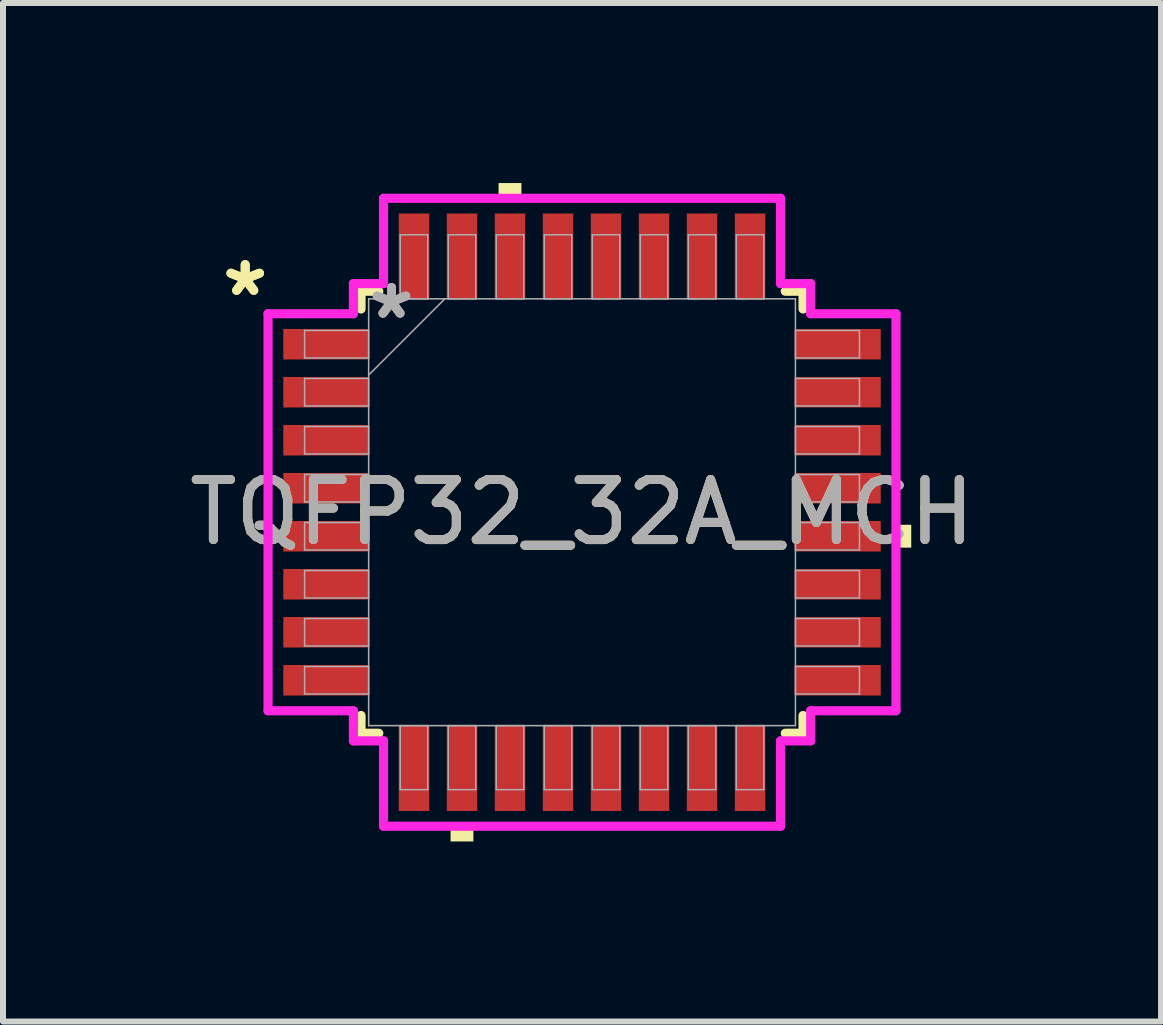
<source format=kicad_pcb>
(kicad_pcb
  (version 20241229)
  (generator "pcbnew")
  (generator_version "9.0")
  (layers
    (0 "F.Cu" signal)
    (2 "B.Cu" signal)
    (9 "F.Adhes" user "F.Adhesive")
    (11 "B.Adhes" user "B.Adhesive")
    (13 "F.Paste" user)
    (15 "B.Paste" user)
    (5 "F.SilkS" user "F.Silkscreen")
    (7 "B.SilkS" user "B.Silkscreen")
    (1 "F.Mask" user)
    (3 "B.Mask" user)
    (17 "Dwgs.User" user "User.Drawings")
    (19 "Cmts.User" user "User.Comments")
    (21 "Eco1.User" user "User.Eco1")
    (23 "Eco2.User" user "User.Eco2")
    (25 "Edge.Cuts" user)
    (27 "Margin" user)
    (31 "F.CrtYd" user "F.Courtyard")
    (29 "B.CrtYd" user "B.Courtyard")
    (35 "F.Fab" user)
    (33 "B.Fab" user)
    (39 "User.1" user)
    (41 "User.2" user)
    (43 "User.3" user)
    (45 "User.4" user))
  (footprint "TQFP32_32A_MCH"
    (layer "F.Cu")
    (at 6.649 5.486)
    (property "Reference" "TQFP32_32A_MCH" (at 0 0 0) (unlocked yes) (layer "F.SilkS") (effects (font (size 1 1) (thickness 0.15))))
    (attr smd)
    (fp_line (start -3.683 -3.683) (end -3.683 -3.387) (stroke (width 0.152) (type solid)) (layer "F.SilkS"))
    (fp_line (start -3.683 3.387) (end -3.683 3.683) (stroke (width 0.152) (type solid)) (layer "F.SilkS"))
    (fp_line (start -3.683 3.683) (end -3.387 3.683) (stroke (width 0.152) (type solid)) (layer "F.SilkS"))
    (fp_line (start -3.387 -3.683) (end -3.683 -3.683) (stroke (width 0.152) (type solid)) (layer "F.SilkS"))
    (fp_line (start 3.387 3.683) (end 3.683 3.683) (stroke (width 0.152) (type solid)) (layer "F.SilkS"))
    (fp_line (start 3.683 -3.683) (end 3.387 -3.683) (stroke (width 0.152) (type solid)) (layer "F.SilkS"))
    (fp_line (start 3.683 -3.387) (end 3.683 -3.683) (stroke (width 0.152) (type solid)) (layer "F.SilkS"))
    (fp_line (start 3.683 3.683) (end 3.683 3.387) (stroke (width 0.152) (type solid)) (layer "F.SilkS"))
    (fp_poly (pts (xy -2.191 5.232) (xy -2.191 5.486) (xy -1.81 5.486) (xy -1.81 5.232)) (stroke (width 0) (type solid)) (fill yes) (layer "F.SilkS"))
    (fp_poly (pts (xy -1.391 -5.232) (xy -1.391 -5.486) (xy -1.01 -5.486) (xy -1.01 -5.232)) (stroke (width 0) (type solid)) (fill yes) (layer "F.SilkS"))
    (fp_poly (pts (xy 5.486 0.209) (xy 5.486 0.59) (xy 5.232 0.59) (xy 5.232 0.209)) (stroke (width 0) (type solid)) (fill yes) (layer "F.SilkS"))
    (fp_line (start -5.232 -3.308) (end -3.81 -3.308) (stroke (width 0.152) (type solid)) (layer "F.CrtYd"))
    (fp_line (start -5.232 3.308) (end -5.232 -3.308) (stroke (width 0.152) (type solid)) (layer "F.CrtYd"))
    (fp_line (start -3.81 -3.81) (end -3.308 -3.81) (stroke (width 0.152) (type solid)) (layer "F.CrtYd"))
    (fp_line (start -3.81 -3.308) (end -3.81 -3.81) (stroke (width 0.152) (type solid)) (layer "F.CrtYd"))
    (fp_line (start -3.81 3.308) (end -5.232 3.308) (stroke (width 0.152) (type solid)) (layer "F.CrtYd"))
    (fp_line (start -3.81 3.81) (end -3.81 3.308) (stroke (width 0.152) (type solid)) (layer "F.CrtYd"))
    (fp_line (start -3.81 3.81) (end -3.308 3.81) (stroke (width 0.152) (type solid)) (layer "F.CrtYd"))
    (fp_line (start -3.308 -5.232) (end 3.308 -5.232) (stroke (width 0.152) (type solid)) (layer "F.CrtYd"))
    (fp_line (start -3.308 -3.81) (end -3.308 -5.232) (stroke (width 0.152) (type solid)) (layer "F.CrtYd"))
    (fp_line (start -3.308 3.81) (end -3.308 5.232) (stroke (width 0.152) (type solid)) (layer "F.CrtYd"))
    (fp_line (start -3.308 5.232) (end 3.308 5.232) (stroke (width 0.152) (type solid)) (layer "F.CrtYd"))
    (fp_line (start 3.308 -5.232) (end 3.308 -3.81) (stroke (width 0.152) (type solid)) (layer "F.CrtYd"))
    (fp_line (start 3.308 -3.81) (end 3.81 -3.81) (stroke (width 0.152) (type solid)) (layer "F.CrtYd"))
    (fp_line (start 3.308 3.81) (end 3.81 3.81) (stroke (width 0.152) (type solid)) (layer "F.CrtYd"))
    (fp_line (start 3.308 5.232) (end 3.308 3.81) (stroke (width 0.152) (type solid)) (layer "F.CrtYd"))
    (fp_line (start 3.81 -3.308) (end 3.81 -3.81) (stroke (width 0.152) (type solid)) (layer "F.CrtYd"))
    (fp_line (start 3.81 3.308) (end 5.232 3.308) (stroke (width 0.152) (type solid)) (layer "F.CrtYd"))
    (fp_line (start 3.81 3.81) (end 3.81 3.308) (stroke (width 0.152) (type solid)) (layer "F.CrtYd"))
    (fp_line (start 5.232 -3.308) (end 3.81 -3.308) (stroke (width 0.152) (type solid)) (layer "F.CrtYd"))
    (fp_line (start 5.232 3.308) (end 5.232 -3.308) (stroke (width 0.152) (type solid)) (layer "F.CrtYd"))
    (fp_line (start -4.623 -3.029) (end -4.623 -2.571) (stroke (width 0.025) (type solid)) (layer "F.Fab"))
    (fp_line (start -4.623 -2.571) (end -3.556 -2.571) (stroke (width 0.025) (type solid)) (layer "F.Fab"))
    (fp_line (start -4.623 -2.229) (end -4.623 -1.771) (stroke (width 0.025) (type solid)) (layer "F.Fab"))
    (fp_line (start -4.623 -1.771) (end -3.556 -1.771) (stroke (width 0.025) (type solid)) (layer "F.Fab"))
    (fp_line (start -4.623 -1.429) (end -4.623 -0.971) (stroke (width 0.025) (type solid)) (layer "F.Fab"))
    (fp_line (start -4.623 -0.971) (end -3.556 -0.971) (stroke (width 0.025) (type solid)) (layer "F.Fab"))
    (fp_line (start -4.623 -0.629) (end -4.623 -0.171) (stroke (width 0.025) (type solid)) (layer "F.Fab"))
    (fp_line (start -4.623 -0.171) (end -3.556 -0.171) (stroke (width 0.025) (type solid)) (layer "F.Fab"))
    (fp_line (start -4.623 0.171) (end -4.623 0.629) (stroke (width 0.025) (type solid)) (layer "F.Fab"))
    (fp_line (start -4.623 0.629) (end -3.556 0.629) (stroke (width 0.025) (type solid)) (layer "F.Fab"))
    (fp_line (start -4.623 0.971) (end -4.623 1.429) (stroke (width 0.025) (type solid)) (layer "F.Fab"))
    (fp_line (start -4.623 1.429) (end -3.556 1.429) (stroke (width 0.025) (type solid)) (layer "F.Fab"))
    (fp_line (start -4.623 1.771) (end -4.623 2.229) (stroke (width 0.025) (type solid)) (layer "F.Fab"))
    (fp_line (start -4.623 2.229) (end -3.556 2.229) (stroke (width 0.025) (type solid)) (layer "F.Fab"))
    (fp_line (start -4.623 2.571) (end -4.623 3.029) (stroke (width 0.025) (type solid)) (layer "F.Fab"))
    (fp_line (start -4.623 3.029) (end -3.556 3.029) (stroke (width 0.025) (type solid)) (layer "F.Fab"))
    (fp_line (start -3.556 -3.556) (end -3.556 3.556) (stroke (width 0.025) (type solid)) (layer "F.Fab"))
    (fp_line (start -3.556 -3.029) (end -4.623 -3.029) (stroke (width 0.025) (type solid)) (layer "F.Fab"))
    (fp_line (start -3.556 -2.571) (end -3.556 -3.029) (stroke (width 0.025) (type solid)) (layer "F.Fab"))
    (fp_line (start -3.556 -2.286) (end -2.286 -3.556) (stroke (width 0.025) (type solid)) (layer "F.Fab"))
    (fp_line (start -3.556 -2.229) (end -4.623 -2.229) (stroke (width 0.025) (type solid)) (layer "F.Fab"))
    (fp_line (start -3.556 -1.771) (end -3.556 -2.229) (stroke (width 0.025) (type solid)) (layer "F.Fab"))
    (fp_line (start -3.556 -1.429) (end -4.623 -1.429) (stroke (width 0.025) (type solid)) (layer "F.Fab"))
    (fp_line (start -3.556 -0.971) (end -3.556 -1.429) (stroke (width 0.025) (type solid)) (layer "F.Fab"))
    (fp_line (start -3.556 -0.629) (end -4.623 -0.629) (stroke (width 0.025) (type solid)) (layer "F.Fab"))
    (fp_line (start -3.556 -0.171) (end -3.556 -0.629) (stroke (width 0.025) (type solid)) (layer "F.Fab"))
    (fp_line (start -3.556 0.171) (end -4.623 0.171) (stroke (width 0.025) (type solid)) (layer "F.Fab"))
    (fp_line (start -3.556 0.629) (end -3.556 0.171) (stroke (width 0.025) (type solid)) (layer "F.Fab"))
    (fp_line (start -3.556 0.971) (end -4.623 0.971) (stroke (width 0.025) (type solid)) (layer "F.Fab"))
    (fp_line (start -3.556 1.429) (end -3.556 0.971) (stroke (width 0.025) (type solid)) (layer "F.Fab"))
    (fp_line (start -3.556 1.771) (end -4.623 1.771) (stroke (width 0.025) (type solid)) (layer "F.Fab"))
    (fp_line (start -3.556 2.229) (end -3.556 1.771) (stroke (width 0.025) (type solid)) (layer "F.Fab"))
    (fp_line (start -3.556 2.571) (end -4.623 2.571) (stroke (width 0.025) (type solid)) (layer "F.Fab"))
    (fp_line (start -3.556 3.029) (end -3.556 2.571) (stroke (width 0.025) (type solid)) (layer "F.Fab"))
    (fp_line (start -3.556 3.556) (end 3.556 3.556) (stroke (width 0.025) (type solid)) (layer "F.Fab"))
    (fp_line (start -3.029 -4.623) (end -3.029 -3.556) (stroke (width 0.025) (type solid)) (layer "F.Fab"))
    (fp_line (start -3.029 -3.556) (end -2.571 -3.556) (stroke (width 0.025) (type solid)) (layer "F.Fab"))
    (fp_line (start -3.029 3.556) (end -3.029 4.623) (stroke (width 0.025) (type solid)) (layer "F.Fab"))
    (fp_line (start -3.029 4.623) (end -2.571 4.623) (stroke (width 0.025) (type solid)) (layer "F.Fab"))
    (fp_line (start -2.571 -4.623) (end -3.029 -4.623) (stroke (width 0.025) (type solid)) (layer "F.Fab"))
    (fp_line (start -2.571 -3.556) (end -2.571 -4.623) (stroke (width 0.025) (type solid)) (layer "F.Fab"))
    (fp_line (start -2.571 3.556) (end -3.029 3.556) (stroke (width 0.025) (type solid)) (layer "F.Fab"))
    (fp_line (start -2.571 4.623) (end -2.571 3.556) (stroke (width 0.025) (type solid)) (layer "F.Fab"))
    (fp_line (start -2.229 -4.623) (end -2.229 -3.556) (stroke (width 0.025) (type solid)) (layer "F.Fab"))
    (fp_line (start -2.229 -3.556) (end -1.771 -3.556) (stroke (width 0.025) (type solid)) (layer "F.Fab"))
    (fp_line (start -2.229 3.556) (end -2.229 4.623) (stroke (width 0.025) (type solid)) (layer "F.Fab"))
    (fp_line (start -2.229 4.623) (end -1.771 4.623) (stroke (width 0.025) (type solid)) (layer "F.Fab"))
    (fp_line (start -1.771 -4.623) (end -2.229 -4.623) (stroke (width 0.025) (type solid)) (layer "F.Fab"))
    (fp_line (start -1.771 -3.556) (end -1.771 -4.623) (stroke (width 0.025) (type solid)) (layer "F.Fab"))
    (fp_line (start -1.771 3.556) (end -2.229 3.556) (stroke (width 0.025) (type solid)) (layer "F.Fab"))
    (fp_line (start -1.771 4.623) (end -1.771 3.556) (stroke (width 0.025) (type solid)) (layer "F.Fab"))
    (fp_line (start -1.429 -4.623) (end -1.429 -3.556) (stroke (width 0.025) (type solid)) (layer "F.Fab"))
    (fp_line (start -1.429 -3.556) (end -0.971 -3.556) (stroke (width 0.025) (type solid)) (layer "F.Fab"))
    (fp_line (start -1.429 3.556) (end -1.429 4.623) (stroke (width 0.025) (type solid)) (layer "F.Fab"))
    (fp_line (start -1.429 4.623) (end -0.971 4.623) (stroke (width 0.025) (type solid)) (layer "F.Fab"))
    (fp_line (start -0.971 -4.623) (end -1.429 -4.623) (stroke (width 0.025) (type solid)) (layer "F.Fab"))
    (fp_line (start -0.971 -3.556) (end -0.971 -4.623) (stroke (width 0.025) (type solid)) (layer "F.Fab"))
    (fp_line (start -0.971 3.556) (end -1.429 3.556) (stroke (width 0.025) (type solid)) (layer "F.Fab"))
    (fp_line (start -0.971 4.623) (end -0.971 3.556) (stroke (width 0.025) (type solid)) (layer "F.Fab"))
    (fp_line (start -0.629 -4.623) (end -0.629 -3.556) (stroke (width 0.025) (type solid)) (layer "F.Fab"))
    (fp_line (start -0.629 -3.556) (end -0.171 -3.556) (stroke (width 0.025) (type solid)) (layer "F.Fab"))
    (fp_line (start -0.629 3.556) (end -0.629 4.623) (stroke (width 0.025) (type solid)) (layer "F.Fab"))
    (fp_line (start -0.629 4.623) (end -0.171 4.623) (stroke (width 0.025) (type solid)) (layer "F.Fab"))
    (fp_line (start -0.171 -4.623) (end -0.629 -4.623) (stroke (width 0.025) (type solid)) (layer "F.Fab"))
    (fp_line (start -0.171 -3.556) (end -0.171 -4.623) (stroke (width 0.025) (type solid)) (layer "F.Fab"))
    (fp_line (start -0.171 3.556) (end -0.629 3.556) (stroke (width 0.025) (type solid)) (layer "F.Fab"))
    (fp_line (start -0.171 4.623) (end -0.171 3.556) (stroke (width 0.025) (type solid)) (layer "F.Fab"))
    (fp_line (start 0.171 -4.623) (end 0.171 -3.556) (stroke (width 0.025) (type solid)) (layer "F.Fab"))
    (fp_line (start 0.171 -3.556) (end 0.629 -3.556) (stroke (width 0.025) (type solid)) (layer "F.Fab"))
    (fp_line (start 0.171 3.556) (end 0.171 4.623) (stroke (width 0.025) (type solid)) (layer "F.Fab"))
    (fp_line (start 0.171 4.623) (end 0.629 4.623) (stroke (width 0.025) (type solid)) (layer "F.Fab"))
    (fp_line (start 0.629 -4.623) (end 0.171 -4.623) (stroke (width 0.025) (type solid)) (layer "F.Fab"))
    (fp_line (start 0.629 -3.556) (end 0.629 -4.623) (stroke (width 0.025) (type solid)) (layer "F.Fab"))
    (fp_line (start 0.629 3.556) (end 0.171 3.556) (stroke (width 0.025) (type solid)) (layer "F.Fab"))
    (fp_line (start 0.629 4.623) (end 0.629 3.556) (stroke (width 0.025) (type solid)) (layer "F.Fab"))
    (fp_line (start 0.971 -4.623) (end 0.971 -3.556) (stroke (width 0.025) (type solid)) (layer "F.Fab"))
    (fp_line (start 0.971 -3.556) (end 1.429 -3.556) (stroke (width 0.025) (type solid)) (layer "F.Fab"))
    (fp_line (start 0.971 3.556) (end 0.971 4.623) (stroke (width 0.025) (type solid)) (layer "F.Fab"))
    (fp_line (start 0.971 4.623) (end 1.429 4.623) (stroke (width 0.025) (type solid)) (layer "F.Fab"))
    (fp_line (start 1.429 -4.623) (end 0.971 -4.623) (stroke (width 0.025) (type solid)) (layer "F.Fab"))
    (fp_line (start 1.429 -3.556) (end 1.429 -4.623) (stroke (width 0.025) (type solid)) (layer "F.Fab"))
    (fp_line (start 1.429 3.556) (end 0.971 3.556) (stroke (width 0.025) (type solid)) (layer "F.Fab"))
    (fp_line (start 1.429 4.623) (end 1.429 3.556) (stroke (width 0.025) (type solid)) (layer "F.Fab"))
    (fp_line (start 1.771 -4.623) (end 1.771 -3.556) (stroke (width 0.025) (type solid)) (layer "F.Fab"))
    (fp_line (start 1.771 -3.556) (end 2.229 -3.556) (stroke (width 0.025) (type solid)) (layer "F.Fab"))
    (fp_line (start 1.771 3.556) (end 1.771 4.623) (stroke (width 0.025) (type solid)) (layer "F.Fab"))
    (fp_line (start 1.771 4.623) (end 2.229 4.623) (stroke (width 0.025) (type solid)) (layer "F.Fab"))
    (fp_line (start 2.229 -4.623) (end 1.771 -4.623) (stroke (width 0.025) (type solid)) (layer "F.Fab"))
    (fp_line (start 2.229 -3.556) (end 2.229 -4.623) (stroke (width 0.025) (type solid)) (layer "F.Fab"))
    (fp_line (start 2.229 3.556) (end 1.771 3.556) (stroke (width 0.025) (type solid)) (layer "F.Fab"))
    (fp_line (start 2.229 4.623) (end 2.229 3.556) (stroke (width 0.025) (type solid)) (layer "F.Fab"))
    (fp_line (start 2.571 -4.623) (end 2.571 -3.556) (stroke (width 0.025) (type solid)) (layer "F.Fab"))
    (fp_line (start 2.571 -3.556) (end 3.029 -3.556) (stroke (width 0.025) (type solid)) (layer "F.Fab"))
    (fp_line (start 2.571 3.556) (end 2.571 4.623) (stroke (width 0.025) (type solid)) (layer "F.Fab"))
    (fp_line (start 2.571 4.623) (end 3.029 4.623) (stroke (width 0.025) (type solid)) (layer "F.Fab"))
    (fp_line (start 3.029 -4.623) (end 2.571 -4.623) (stroke (width 0.025) (type solid)) (layer "F.Fab"))
    (fp_line (start 3.029 -3.556) (end 3.029 -4.623) (stroke (width 0.025) (type solid)) (layer "F.Fab"))
    (fp_line (start 3.029 3.556) (end 2.571 3.556) (stroke (width 0.025) (type solid)) (layer "F.Fab"))
    (fp_line (start 3.029 4.623) (end 3.029 3.556) (stroke (width 0.025) (type solid)) (layer "F.Fab"))
    (fp_line (start 3.556 -3.556) (end -3.556 -3.556) (stroke (width 0.025) (type solid)) (layer "F.Fab"))
    (fp_line (start 3.556 -3.029) (end 3.556 -2.571) (stroke (width 0.025) (type solid)) (layer "F.Fab"))
    (fp_line (start 3.556 -2.571) (end 4.623 -2.571) (stroke (width 0.025) (type solid)) (layer "F.Fab"))
    (fp_line (start 3.556 -2.229) (end 3.556 -1.771) (stroke (width 0.025) (type solid)) (layer "F.Fab"))
    (fp_line (start 3.556 -1.771) (end 4.623 -1.771) (stroke (width 0.025) (type solid)) (layer "F.Fab"))
    (fp_line (start 3.556 -1.429) (end 3.556 -0.971) (stroke (width 0.025) (type solid)) (layer "F.Fab"))
    (fp_line (start 3.556 -0.971) (end 4.623 -0.971) (stroke (width 0.025) (type solid)) (layer "F.Fab"))
    (fp_line (start 3.556 -0.629) (end 3.556 -0.171) (stroke (width 0.025) (type solid)) (layer "F.Fab"))
    (fp_line (start 3.556 -0.171) (end 4.623 -0.171) (stroke (width 0.025) (type solid)) (layer "F.Fab"))
    (fp_line (start 3.556 0.171) (end 3.556 0.629) (stroke (width 0.025) (type solid)) (layer "F.Fab"))
    (fp_line (start 3.556 0.629) (end 4.623 0.629) (stroke (width 0.025) (type solid)) (layer "F.Fab"))
    (fp_line (start 3.556 0.971) (end 3.556 1.429) (stroke (width 0.025) (type solid)) (layer "F.Fab"))
    (fp_line (start 3.556 1.429) (end 4.623 1.429) (stroke (width 0.025) (type solid)) (layer "F.Fab"))
    (fp_line (start 3.556 1.771) (end 3.556 2.229) (stroke (width 0.025) (type solid)) (layer "F.Fab"))
    (fp_line (start 3.556 2.229) (end 4.623 2.229) (stroke (width 0.025) (type solid)) (layer "F.Fab"))
    (fp_line (start 3.556 2.571) (end 3.556 3.029) (stroke (width 0.025) (type solid)) (layer "F.Fab"))
    (fp_line (start 3.556 3.029) (end 4.623 3.029) (stroke (width 0.025) (type solid)) (layer "F.Fab"))
    (fp_line (start 3.556 3.556) (end 3.556 -3.556) (stroke (width 0.025) (type solid)) (layer "F.Fab"))
    (fp_line (start 4.623 -3.029) (end 3.556 -3.029) (stroke (width 0.025) (type solid)) (layer "F.Fab"))
    (fp_line (start 4.623 -2.571) (end 4.623 -3.029) (stroke (width 0.025) (type solid)) (layer "F.Fab"))
    (fp_line (start 4.623 -2.229) (end 3.556 -2.229) (stroke (width 0.025) (type solid)) (layer "F.Fab"))
    (fp_line (start 4.623 -1.771) (end 4.623 -2.229) (stroke (width 0.025) (type solid)) (layer "F.Fab"))
    (fp_line (start 4.623 -1.429) (end 3.556 -1.429) (stroke (width 0.025) (type solid)) (layer "F.Fab"))
    (fp_line (start 4.623 -0.971) (end 4.623 -1.429) (stroke (width 0.025) (type solid)) (layer "F.Fab"))
    (fp_line (start 4.623 -0.629) (end 3.556 -0.629) (stroke (width 0.025) (type solid)) (layer "F.Fab"))
    (fp_line (start 4.623 -0.171) (end 4.623 -0.629) (stroke (width 0.025) (type solid)) (layer "F.Fab"))
    (fp_line (start 4.623 0.171) (end 3.556 0.171) (stroke (width 0.025) (type solid)) (layer "F.Fab"))
    (fp_line (start 4.623 0.629) (end 4.623 0.171) (stroke (width 0.025) (type solid)) (layer "F.Fab"))
    (fp_line (start 4.623 0.971) (end 3.556 0.971) (stroke (width 0.025) (type solid)) (layer "F.Fab"))
    (fp_line (start 4.623 1.429) (end 4.623 0.971) (stroke (width 0.025) (type solid)) (layer "F.Fab"))
    (fp_line (start 4.623 1.771) (end 3.556 1.771) (stroke (width 0.025) (type solid)) (layer "F.Fab"))
    (fp_line (start 4.623 2.229) (end 4.623 1.771) (stroke (width 0.025) (type solid)) (layer "F.Fab"))
    (fp_line (start 4.623 2.571) (end 3.556 2.571) (stroke (width 0.025) (type solid)) (layer "F.Fab"))
    (fp_line (start 4.623 3.029) (end 4.623 2.571) (stroke (width 0.025) (type solid)) (layer "F.Fab"))
    (fp_text user "*" (at -5.613 -3.581 0) (unlocked yes) (layer "F.SilkS") (effects (font (size 1 1) (thickness 0.15))))
    (fp_text user "*" (at -5.613 -3.581 0) (layer "F.SilkS") (effects (font (size 1 1) (thickness 0.15))))
    (fp_text user "*" (at -3.175 -3.2 0) (layer "F.Fab") (effects (font (size 1 1) (thickness 0.15))))
    (fp_text user "*" (at -3.175 -3.2 0) (unlocked yes) (layer "F.Fab") (effects (font (size 1 1) (thickness 0.15))))
    (fp_text user "${REFERENCE}" (at 0 0 0) (unlocked yes) (layer "F.Fab") (effects (font (size 1 1) (thickness 0.15))))
    (pad "1" smd rect (at -4.267 -2.8 90) (size 0.508 1.422) (layers "F.Cu" "F.Mask" "F.Paste"))
    (pad "2" smd rect (at -4.267 -2 90) (size 0.508 1.422) (layers "F.Cu" "F.Mask" "F.Paste"))
    (pad "3" smd rect (at -4.267 -1.2 90) (size 0.508 1.422) (layers "F.Cu" "F.Mask" "F.Paste"))
    (pad "4" smd rect (at -4.267 -0.4 90) (size 0.508 1.422) (layers "F.Cu" "F.Mask" "F.Paste"))
    (pad "5" smd rect (at -4.267 0.4 90) (size 0.508 1.422) (layers "F.Cu" "F.Mask" "F.Paste"))
    (pad "6" smd rect (at -4.267 1.2 90) (size 0.508 1.422) (layers "F.Cu" "F.Mask" "F.Paste"))
    (pad "7" smd rect (at -4.267 2 90) (size 0.508 1.422) (layers "F.Cu" "F.Mask" "F.Paste"))
    (pad "8" smd rect (at -4.267 2.8 90) (size 0.508 1.422) (layers "F.Cu" "F.Mask" "F.Paste"))
    (pad "9" smd rect (at -2.8 4.267) (size 0.508 1.422) (layers "F.Cu" "F.Mask" "F.Paste"))
    (pad "10" smd rect (at -2 4.267) (size 0.508 1.422) (layers "F.Cu" "F.Mask" "F.Paste"))
    (pad "11" smd rect (at -1.2 4.267) (size 0.508 1.422) (layers "F.Cu" "F.Mask" "F.Paste"))
    (pad "12" smd rect (at -0.4 4.267) (size 0.508 1.422) (layers "F.Cu" "F.Mask" "F.Paste"))
    (pad "13" smd rect (at 0.4 4.267) (size 0.508 1.422) (layers "F.Cu" "F.Mask" "F.Paste"))
    (pad "14" smd rect (at 1.2 4.267) (size 0.508 1.422) (layers "F.Cu" "F.Mask" "F.Paste"))
    (pad "15" smd rect (at 2 4.267) (size 0.508 1.422) (layers "F.Cu" "F.Mask" "F.Paste"))
    (pad "16" smd rect (at 2.8 4.267) (size 0.508 1.422) (layers "F.Cu" "F.Mask" "F.Paste"))
    (pad "17" smd rect (at 4.267 2.8 90) (size 0.508 1.422) (layers "F.Cu" "F.Mask" "F.Paste"))
    (pad "18" smd rect (at 4.267 2 90) (size 0.508 1.422) (layers "F.Cu" "F.Mask" "F.Paste"))
    (pad "19" smd rect (at 4.267 1.2 90) (size 0.508 1.422) (layers "F.Cu" "F.Mask" "F.Paste"))
    (pad "20" smd rect (at 4.267 0.4 90) (size 0.508 1.422) (layers "F.Cu" "F.Mask" "F.Paste"))
    (pad "21" smd rect (at 4.267 -0.4 90) (size 0.508 1.422) (layers "F.Cu" "F.Mask" "F.Paste"))
    (pad "22" smd rect (at 4.267 -1.2 90) (size 0.508 1.422) (layers "F.Cu" "F.Mask" "F.Paste"))
    (pad "23" smd rect (at 4.267 -2 90) (size 0.508 1.422) (layers "F.Cu" "F.Mask" "F.Paste"))
    (pad "24" smd rect (at 4.267 -2.8 90) (size 0.508 1.422) (layers "F.Cu" "F.Mask" "F.Paste"))
    (pad "25" smd rect (at 2.8 -4.267) (size 0.508 1.422) (layers "F.Cu" "F.Mask" "F.Paste"))
    (pad "26" smd rect (at 2 -4.267) (size 0.508 1.422) (layers "F.Cu" "F.Mask" "F.Paste"))
    (pad "27" smd rect (at 1.2 -4.267) (size 0.508 1.422) (layers "F.Cu" "F.Mask" "F.Paste"))
    (pad "28" smd rect (at 0.4 -4.267) (size 0.508 1.422) (layers "F.Cu" "F.Mask" "F.Paste"))
    (pad "29" smd rect (at -0.4 -4.267) (size 0.508 1.422) (layers "F.Cu" "F.Mask" "F.Paste"))
    (pad "30" smd rect (at -1.2 -4.267) (size 0.508 1.422) (layers "F.Cu" "F.Mask" "F.Paste"))
    (pad "31" smd rect (at -2 -4.267) (size 0.508 1.422) (layers "F.Cu" "F.Mask" "F.Paste"))
    (pad "32" smd rect (at -2.8 -4.267) (size 0.508 1.422) (layers "F.Cu" "F.Mask" "F.Paste")))
  (gr_rect
    (start -3 -3)
    (end 16.298 13.973)
    (stroke (width 0.1) (type default))
    (fill no)
    (layer "Edge.Cuts")))
</source>
